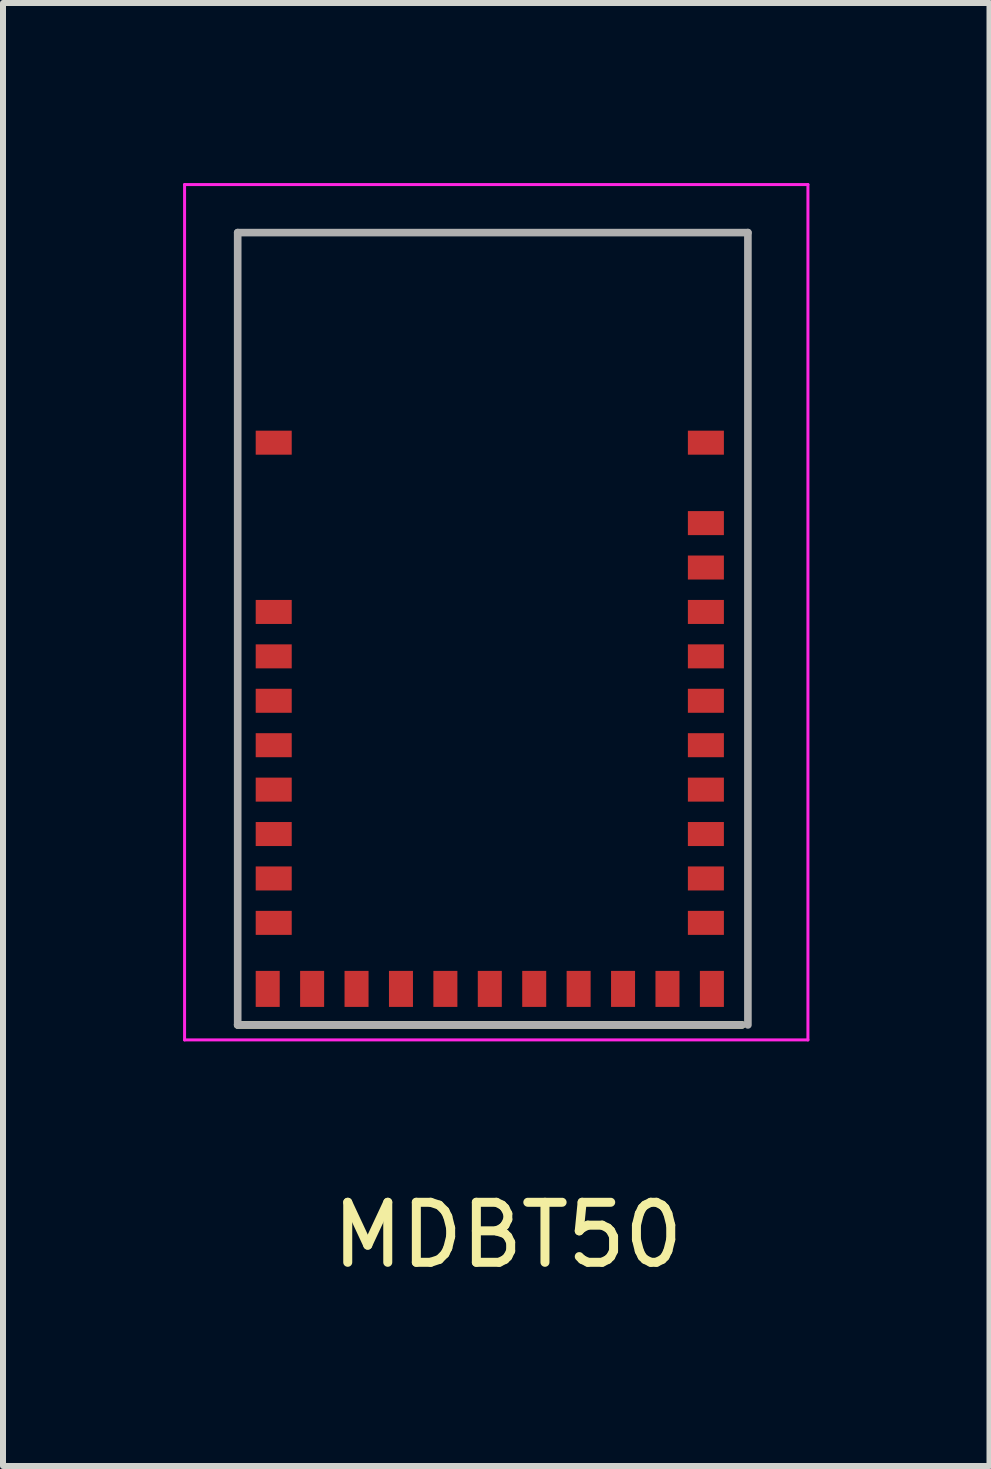
<source format=kicad_pcb>
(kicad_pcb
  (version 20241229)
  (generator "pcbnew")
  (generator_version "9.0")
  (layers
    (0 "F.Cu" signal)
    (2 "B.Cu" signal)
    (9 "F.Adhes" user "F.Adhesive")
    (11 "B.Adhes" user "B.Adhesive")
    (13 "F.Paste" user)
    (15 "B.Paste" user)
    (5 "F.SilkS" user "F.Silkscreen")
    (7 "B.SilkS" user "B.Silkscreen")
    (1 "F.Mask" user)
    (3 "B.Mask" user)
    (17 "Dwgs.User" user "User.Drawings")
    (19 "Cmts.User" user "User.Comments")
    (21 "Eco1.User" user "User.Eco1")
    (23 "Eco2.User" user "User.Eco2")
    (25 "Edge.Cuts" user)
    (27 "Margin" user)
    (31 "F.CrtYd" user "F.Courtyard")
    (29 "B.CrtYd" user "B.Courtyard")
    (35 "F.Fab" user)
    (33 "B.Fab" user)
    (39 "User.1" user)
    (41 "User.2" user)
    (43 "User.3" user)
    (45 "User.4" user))
  (footprint "MDBT50"
    (layer "F.Cu")
    (at 0.91 14.025)
    (property "Reference" "MDBT50" (at 4.5 3.5 0) (unlocked yes) (layer "F.SilkS") (effects (font (size 1 1) (thickness 0.15))))
    (fp_line (start 0 0) (end 8.4 0) (stroke (width 0.127) (type solid)) (layer "F.SilkS"))
    (fp_line (start -0.885 -14) (end 9.5 -14) (stroke (width 0.05) (type solid)) (layer "F.CrtYd"))
    (fp_line (start -0.885 0.25) (end -0.885 -14) (stroke (width 0.05) (type solid)) (layer "F.CrtYd"))
    (fp_line (start 9.5 -14) (end 9.5 0.25) (stroke (width 0.05) (type solid)) (layer "F.CrtYd"))
    (fp_line (start 9.5 0.25) (end -0.885 0.25) (stroke (width 0.05) (type solid)) (layer "F.CrtYd"))
    (fp_line (start 0 -13.2) (end 0 0) (stroke (width 0.127) (type solid)) (layer "F.Fab"))
    (fp_line (start 0 0) (end 8.4 0) (stroke (width 0.127) (type solid)) (layer "F.Fab"))
    (fp_line (start 8.5 -13.2) (end 0 -13.2) (stroke (width 0.127) (type solid)) (layer "F.Fab"))
    (fp_line (start 8.5 0) (end 8.5 -13.2) (stroke (width 0.127) (type solid)) (layer "F.Fab"))
    (pad "1" smd rect (at 0.6 -9.7) (size 0.6 0.4) (layers "F.Cu" "F.Mask"))
    (pad "2" smd rect (at 0.6 -6.88) (size 0.6 0.4) (layers "F.Cu" "F.Mask"))
    (pad "3" smd rect (at 0.6 -6.14) (size 0.6 0.4) (layers "F.Cu" "F.Mask"))
    (pad "4" smd rect (at 0.6 -5.4) (size 0.6 0.4) (layers "F.Cu" "F.Mask"))
    (pad "5" smd rect (at 0.6 -4.66) (size 0.6 0.4) (layers "F.Cu" "F.Mask"))
    (pad "6" smd rect (at 0.6 -3.92) (size 0.6 0.4) (layers "F.Cu" "F.Mask"))
    (pad "7" smd rect (at 0.6 -3.18) (size 0.6 0.4) (layers "F.Cu" "F.Mask"))
    (pad "8" smd rect (at 0.6 -2.44) (size 0.6 0.4) (layers "F.Cu" "F.Mask"))
    (pad "9" smd rect (at 0.6 -1.7) (size 0.6 0.4) (layers "F.Cu" "F.Mask"))
    (pad "10" smd rect (at 0.5 -0.6) (size 0.4 0.6) (layers "F.Cu" "F.Mask"))
    (pad "11" smd rect (at 1.24 -0.6) (size 0.4 0.6) (layers "F.Cu" "F.Mask"))
    (pad "12" smd rect (at 1.98 -0.6) (size 0.4 0.6) (layers "F.Cu" "F.Mask"))
    (pad "13" smd rect (at 2.72 -0.6) (size 0.4 0.6) (layers "F.Cu" "F.Mask"))
    (pad "14" smd rect (at 3.46 -0.6) (size 0.4 0.6) (layers "F.Cu" "F.Mask"))
    (pad "15" smd rect (at 4.2 -0.6) (size 0.4 0.6) (layers "F.Cu" "F.Mask"))
    (pad "16" smd rect (at 4.94 -0.6) (size 0.4 0.6) (layers "F.Cu" "F.Mask"))
    (pad "17" smd rect (at 5.68 -0.6) (size 0.4 0.6) (layers "F.Cu" "F.Mask"))
    (pad "18" smd rect (at 6.42 -0.6) (size 0.4 0.6) (layers "F.Cu" "F.Mask"))
    (pad "19" smd rect (at 7.16 -0.6) (size 0.4 0.6) (layers "F.Cu" "F.Mask"))
    (pad "20" smd rect (at 7.9 -0.6) (size 0.4 0.6) (layers "F.Cu" "F.Mask"))
    (pad "21" smd rect (at 7.8 -1.7) (size 0.6 0.4) (layers "F.Cu" "F.Mask"))
    (pad "22" smd rect (at 7.8 -2.44) (size 0.6 0.4) (layers "F.Cu" "F.Mask"))
    (pad "23" smd rect (at 7.8 -3.18) (size 0.6 0.4) (layers "F.Cu" "F.Mask"))
    (pad "24" smd rect (at 7.8 -3.92) (size 0.6 0.4) (layers "F.Cu" "F.Mask"))
    (pad "25" smd rect (at 7.8 -4.66) (size 0.6 0.4) (layers "F.Cu" "F.Mask"))
    (pad "26" smd rect (at 7.8 -5.4) (size 0.6 0.4) (layers "F.Cu" "F.Mask"))
    (pad "27" smd rect (at 7.8 -6.14) (size 0.6 0.4) (layers "F.Cu" "F.Mask"))
    (pad "28" smd rect (at 7.8 -6.88) (size 0.6 0.4) (layers "F.Cu" "F.Mask"))
    (pad "29" smd rect (at 7.8 -7.62) (size 0.6 0.4) (layers "F.Cu" "F.Mask"))
    (pad "30" smd rect (at 7.8 -8.36) (size 0.6 0.4) (layers "F.Cu" "F.Mask"))
    (pad "31" smd rect (at 7.8 -9.7) (size 0.6 0.4) (layers "F.Cu" "F.Mask")))
  (gr_rect
    (start -3 -3)
    (end 13.435 21.373)
    (stroke (width 0.1) (type default))
    (fill no)
    (layer "Edge.Cuts")))
</source>
